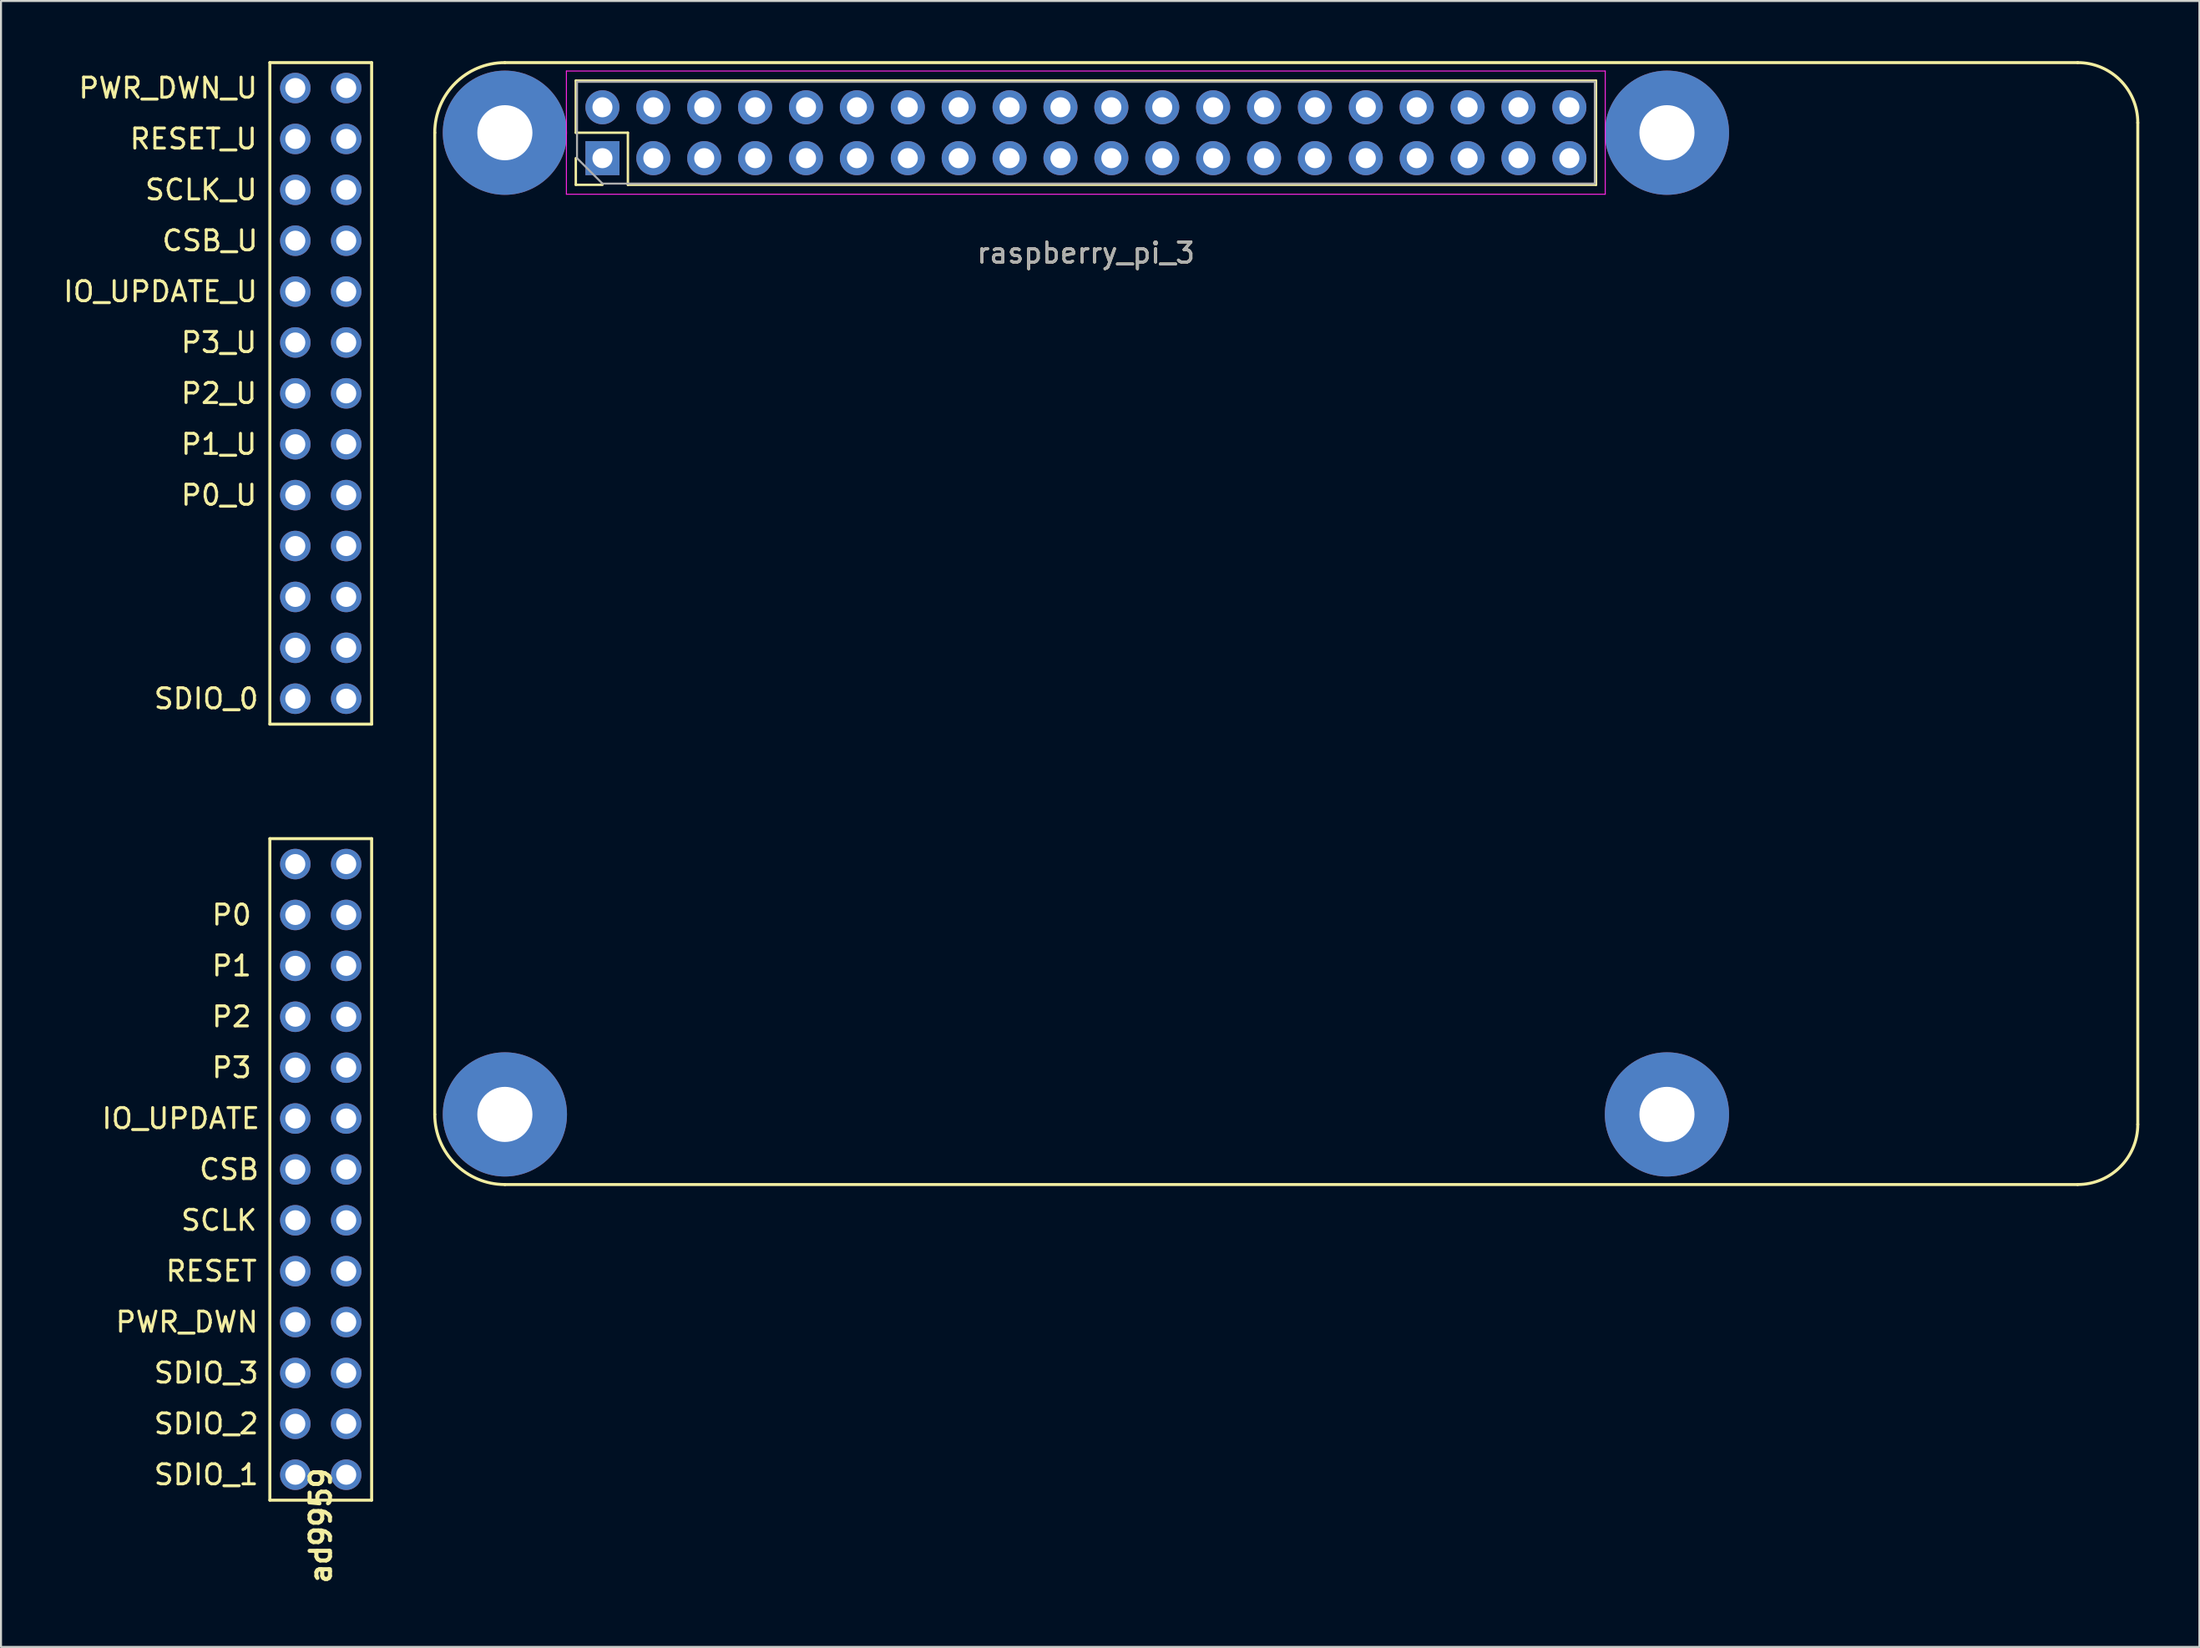
<source format=kicad_pcb>
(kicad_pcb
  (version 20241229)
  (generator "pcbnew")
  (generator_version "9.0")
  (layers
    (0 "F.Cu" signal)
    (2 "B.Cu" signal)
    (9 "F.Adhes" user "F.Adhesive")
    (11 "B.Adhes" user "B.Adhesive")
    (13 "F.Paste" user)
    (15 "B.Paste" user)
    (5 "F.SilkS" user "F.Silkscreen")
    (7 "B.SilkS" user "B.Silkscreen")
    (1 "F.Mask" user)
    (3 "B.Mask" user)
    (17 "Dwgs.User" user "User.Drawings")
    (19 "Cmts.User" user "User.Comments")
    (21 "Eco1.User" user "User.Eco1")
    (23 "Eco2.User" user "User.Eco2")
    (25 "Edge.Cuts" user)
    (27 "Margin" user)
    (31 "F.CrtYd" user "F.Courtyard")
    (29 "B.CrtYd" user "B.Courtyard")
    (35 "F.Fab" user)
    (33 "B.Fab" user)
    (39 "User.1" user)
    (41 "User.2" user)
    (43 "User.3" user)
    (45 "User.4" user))
  (footprint "ad9959"
    (layer "F.Cu")
    (at 12.959 38.81)
    (property "Reference" "ad9959" (at 0 34.29 270) (layer "F.SilkS") (effects (font (size 1.016 1.016) (thickness 0.203))))
    (attr through_hole)
    (fp_line (start -2.54 -5.715) (end -2.54 -38.735) (stroke (width 0.15) (type solid)) (layer "F.SilkS"))
    (fp_line (start -2.54 33.02) (end -2.54 0) (stroke (width 0.15) (type solid)) (layer "F.SilkS"))
    (fp_line (start 2.54 -38.735) (end -2.54 -38.735) (stroke (width 0.15) (type solid)) (layer "F.SilkS"))
    (fp_line (start 2.54 -5.715) (end -2.54 -5.715) (stroke (width 0.15) (type solid)) (layer "F.SilkS"))
    (fp_line (start 2.54 -5.715) (end 2.54 -38.735) (stroke (width 0.15) (type solid)) (layer "F.SilkS"))
    (fp_line (start 2.54 0) (end -2.54 0) (stroke (width 0.15) (type solid)) (layer "F.SilkS"))
    (fp_line (start 2.54 33.02) (end -2.54 33.02) (stroke (width 0.15) (type solid)) (layer "F.SilkS"))
    (fp_line (start 2.54 33.02) (end 2.54 0) (stroke (width 0.15) (type solid)) (layer "F.SilkS"))
    (fp_text user "SDIO_2" (at -5.715 29.21 0) (layer "F.SilkS") (effects (font (size 1 1) (thickness 0.15))))
    (fp_text user "SDIO_0" (at -5.715 -6.985 0) (layer "F.SilkS") (effects (font (size 1 1) (thickness 0.15))))
    (fp_text user "SDIO_1" (at -5.715 31.75 0) (layer "F.SilkS") (effects (font (size 1 1) (thickness 0.15))))
    (fp_text user "P3" (at -4.445 11.43 0) (layer "F.SilkS") (effects (font (size 1 1) (thickness 0.15))))
    (fp_text user "CSB" (at -4.572 16.51 0) (layer "F.SilkS") (effects (font (size 1 1) (thickness 0.15))))
    (fp_text user "P1" (at -4.445 6.35 0) (layer "F.SilkS") (effects (font (size 1 1) (thickness 0.15))))
    (fp_text user "P1_U" (at -5.08 -19.685 0) (layer "F.SilkS") (effects (font (size 1 1) (thickness 0.15))))
    (fp_text user "P2_U" (at -5.08 -22.225 0) (layer "F.SilkS") (effects (font (size 1 1) (thickness 0.15))))
    (fp_text user "P0" (at -4.445 3.81 0) (layer "F.SilkS") (effects (font (size 1 1) (thickness 0.15))))
    (fp_text user "CSB_U" (at -5.524 -29.845 0) (layer "F.SilkS") (effects (font (size 1 1) (thickness 0.15))))
    (fp_text user "SCLK_U" (at -5.969 -32.385 0) (layer "F.SilkS") (effects (font (size 1 1) (thickness 0.15))))
    (fp_text user "IO_UPDATE_U" (at -8.001 -27.305 0) (layer "F.SilkS") (effects (font (size 1 1) (thickness 0.15))))
    (fp_text user "PWR_DWN_U" (at -7.62 -37.465 0) (layer "F.SilkS") (effects (font (size 1 1) (thickness 0.15))))
    (fp_text user "SCLK" (at -5.08 19.05 0) (layer "F.SilkS") (effects (font (size 1 1) (thickness 0.15))))
    (fp_text user "RESET_U" (at -6.35 -34.925 0) (layer "F.SilkS") (effects (font (size 1 1) (thickness 0.15))))
    (fp_text user "SDIO_3" (at -5.715 26.67 0) (layer "F.SilkS") (effects (font (size 1 1) (thickness 0.15))))
    (fp_text user "P2" (at -4.445 8.89 0) (layer "F.SilkS") (effects (font (size 1 1) (thickness 0.15))))
    (fp_text user "PWR_DWN" (at -6.68 24.13 0) (layer "F.SilkS") (effects (font (size 1 1) (thickness 0.15))))
    (fp_text user "IO_UPDATE" (at -6.985 13.97 0) (layer "F.SilkS") (effects (font (size 1 1) (thickness 0.15))))
    (fp_text user "P3_U" (at -5.08 -24.765 0) (layer "F.SilkS") (effects (font (size 1 1) (thickness 0.15))))
    (fp_text user "P0_U" (at -5.08 -17.145 0) (layer "F.SilkS") (effects (font (size 1 1) (thickness 0.15))))
    (fp_text user "RESET" (at -5.461 21.59 0) (layer "F.SilkS") (effects (font (size 1 1) (thickness 0.15))))
    (pad "1" thru_hole circle (at -1.27 -37.465 270) (size 1.524 1.524) (drill 1) (layers "*.Cu" "*.Mask"))
    (pad "2" thru_hole circle (at -1.27 -34.925 270) (size 1.524 1.524) (drill 1) (layers "*.Cu" "*.Mask"))
    (pad "3" thru_hole circle (at -1.27 -32.385 270) (size 1.524 1.524) (drill 1) (layers "*.Cu" "*.Mask"))
    (pad "4" thru_hole circle (at -1.27 -29.845 270) (size 1.524 1.524) (drill 1) (layers "*.Cu" "*.Mask"))
    (pad "5" thru_hole circle (at -1.27 -27.305 270) (size 1.524 1.524) (drill 1) (layers "*.Cu" "*.Mask"))
    (pad "6" thru_hole circle (at -1.27 -24.765 270) (size 1.524 1.524) (drill 1) (layers "*.Cu" "*.Mask"))
    (pad "7" thru_hole circle (at -1.27 -22.225 270) (size 1.524 1.524) (drill 1) (layers "*.Cu" "*.Mask"))
    (pad "8" thru_hole circle (at -1.27 -19.685 270) (size 1.524 1.524) (drill 1) (layers "*.Cu" "*.Mask"))
    (pad "9" thru_hole circle (at -1.27 -17.145 270) (size 1.524 1.524) (drill 1) (layers "*.Cu" "*.Mask"))
    (pad "10" thru_hole circle (at -1.27 -14.605 270) (size 1.524 1.524) (drill 1) (layers "*.Cu" "*.Mask"))
    (pad "11" thru_hole circle (at -1.27 -12.065 270) (size 1.524 1.524) (drill 1) (layers "*.Cu" "*.Mask"))
    (pad "12" thru_hole circle (at -1.27 -9.525 270) (size 1.524 1.524) (drill 1) (layers "*.Cu" "*.Mask"))
    (pad "13" thru_hole circle (at -1.27 -6.985 270) (size 1.524 1.524) (drill 1) (layers "*.Cu" "*.Mask"))
    (pad "14" thru_hole circle (at -1.27 1.27 270) (size 1.524 1.524) (drill 1) (layers "*.Cu" "*.Mask"))
    (pad "15" thru_hole circle (at -1.27 3.81 270) (size 1.524 1.524) (drill 1) (layers "*.Cu" "*.Mask"))
    (pad "16" thru_hole circle (at -1.27 6.35 270) (size 1.524 1.524) (drill 1) (layers "*.Cu" "*.Mask"))
    (pad "17" thru_hole circle (at -1.27 8.89 270) (size 1.524 1.524) (drill 1) (layers "*.Cu" "*.Mask"))
    (pad "18" thru_hole circle (at -1.27 11.43 270) (size 1.524 1.524) (drill 1) (layers "*.Cu" "*.Mask"))
    (pad "19" thru_hole circle (at -1.27 13.97 270) (size 1.524 1.524) (drill 1) (layers "*.Cu" "*.Mask"))
    (pad "20" thru_hole circle (at -1.27 16.51 270) (size 1.524 1.524) (drill 1) (layers "*.Cu" "*.Mask"))
    (pad "21" thru_hole circle (at -1.27 19.05 270) (size 1.524 1.524) (drill 1) (layers "*.Cu" "*.Mask"))
    (pad "22" thru_hole circle (at -1.27 21.59 270) (size 1.524 1.524) (drill 1) (layers "*.Cu" "*.Mask"))
    (pad "23" thru_hole circle (at -1.27 24.13 270) (size 1.524 1.524) (drill 1) (layers "*.Cu" "*.Mask"))
    (pad "24" thru_hole circle (at -1.27 26.67 270) (size 1.524 1.524) (drill 1) (layers "*.Cu" "*.Mask"))
    (pad "25" thru_hole circle (at -1.27 29.21 270) (size 1.524 1.524) (drill 1) (layers "*.Cu" "*.Mask"))
    (pad "26" thru_hole circle (at -1.27 31.75 270) (size 1.524 1.524) (drill 1) (layers "*.Cu" "*.Mask"))
    (pad "27" thru_hole circle (at 1.27 -37.465 270) (size 1.524 1.524) (drill 1) (layers "*.Cu" "*.Mask"))
    (pad "28" thru_hole circle (at 1.27 -34.925 270) (size 1.524 1.524) (drill 1) (layers "*.Cu" "*.Mask"))
    (pad "29" thru_hole circle (at 1.27 -32.385 270) (size 1.524 1.524) (drill 1) (layers "*.Cu" "*.Mask"))
    (pad "30" thru_hole circle (at 1.27 -29.845 270) (size 1.524 1.524) (drill 1) (layers "*.Cu" "*.Mask"))
    (pad "31" thru_hole circle (at 1.27 -27.305 270) (size 1.524 1.524) (drill 1) (layers "*.Cu" "*.Mask"))
    (pad "32" thru_hole circle (at 1.27 -24.765 270) (size 1.524 1.524) (drill 1) (layers "*.Cu" "*.Mask"))
    (pad "33" thru_hole circle (at 1.27 -22.225 270) (size 1.524 1.524) (drill 1) (layers "*.Cu" "*.Mask"))
    (pad "34" thru_hole circle (at 1.27 -19.685 270) (size 1.524 1.524) (drill 1) (layers "*.Cu" "*.Mask"))
    (pad "35" thru_hole circle (at 1.27 -17.145 270) (size 1.524 1.524) (drill 1) (layers "*.Cu" "*.Mask"))
    (pad "36" thru_hole circle (at 1.27 -14.605 270) (size 1.524 1.524) (drill 1) (layers "*.Cu" "*.Mask"))
    (pad "37" thru_hole circle (at 1.27 -12.065 270) (size 1.524 1.524) (drill 1) (layers "*.Cu" "*.Mask"))
    (pad "38" thru_hole circle (at 1.27 -9.525 270) (size 1.524 1.524) (drill 1) (layers "*.Cu" "*.Mask"))
    (pad "39" thru_hole circle (at 1.27 -6.985 270) (size 1.524 1.524) (drill 1) (layers "*.Cu" "*.Mask"))
    (pad "40" thru_hole circle (at 1.27 1.27 270) (size 1.524 1.524) (drill 1) (layers "*.Cu" "*.Mask"))
    (pad "41" thru_hole circle (at 1.27 3.81 270) (size 1.524 1.524) (drill 1) (layers "*.Cu" "*.Mask"))
    (pad "42" thru_hole circle (at 1.27 6.35 270) (size 1.524 1.524) (drill 1) (layers "*.Cu" "*.Mask"))
    (pad "43" thru_hole circle (at 1.27 8.89 270) (size 1.524 1.524) (drill 1) (layers "*.Cu" "*.Mask"))
    (pad "44" thru_hole circle (at 1.27 11.43 270) (size 1.524 1.524) (drill 1) (layers "*.Cu" "*.Mask"))
    (pad "45" thru_hole circle (at 1.27 13.97 270) (size 1.524 1.524) (drill 1) (layers "*.Cu" "*.Mask"))
    (pad "46" thru_hole circle (at 1.27 16.51 270) (size 1.524 1.524) (drill 1) (layers "*.Cu" "*.Mask"))
    (pad "47" thru_hole circle (at 1.27 19.05 270) (size 1.524 1.524) (drill 1) (layers "*.Cu" "*.Mask"))
    (pad "48" thru_hole circle (at 1.27 21.59 270) (size 1.524 1.524) (drill 1) (layers "*.Cu" "*.Mask"))
    (pad "49" thru_hole circle (at 1.27 24.13 270) (size 1.524 1.524) (drill 1) (layers "*.Cu" "*.Mask"))
    (pad "50" thru_hole circle (at 1.27 26.67 270) (size 1.524 1.524) (drill 1) (layers "*.Cu" "*.Mask"))
    (pad "51" thru_hole circle (at 1.27 29.21 270) (size 1.524 1.524) (drill 1) (layers "*.Cu" "*.Mask"))
    (pad "52" thru_hole circle (at 1.27 31.75 270) (size 1.524 1.524) (drill 1) (layers "*.Cu" "*.Mask")))
  (footprint "raspberry_pi_3"
    (layer "F.Cu")
    (at 51.149 3.575)
    (property "Reference" "raspberry_pi_3" (at 0 6 180) (layer "F.SilkS") (effects (font (size 1 1) (thickness 0.15))))
    (attr through_hole)
    (fp_line (start -32.5 49) (end -32.5 0) (stroke (width 0.15) (type solid)) (layer "F.SilkS"))
    (fp_line (start -25.46 -2.6) (end 25.46 -2.6) (stroke (width 0.12) (type solid)) (layer "F.SilkS"))
    (fp_line (start -25.46 0) (end -25.46 -2.6) (stroke (width 0.12) (type solid)) (layer "F.SilkS"))
    (fp_line (start -25.46 2.6) (end -25.46 1.27) (stroke (width 0.12) (type solid)) (layer "F.SilkS"))
    (fp_line (start -24.13 2.6) (end -25.46 2.6) (stroke (width 0.12) (type solid)) (layer "F.SilkS"))
    (fp_line (start -22.86 0) (end -25.46 0) (stroke (width 0.12) (type solid)) (layer "F.SilkS"))
    (fp_line (start -22.86 2.6) (end -22.86 0) (stroke (width 0.12) (type solid)) (layer "F.SilkS"))
    (fp_line (start -22.86 2.6) (end 25.46 2.6) (stroke (width 0.12) (type solid)) (layer "F.SilkS"))
    (fp_line (start 25.46 2.6) (end 25.46 -2.6) (stroke (width 0.12) (type solid)) (layer "F.SilkS"))
    (fp_line (start 49.5 -3.5) (end -29 -3.5) (stroke (width 0.15) (type solid)) (layer "F.SilkS"))
    (fp_line (start 49.5 52.5) (end -29 52.5) (stroke (width 0.15) (type solid)) (layer "F.SilkS"))
    (fp_line (start 52.5 49.5) (end 52.5 -0.5) (stroke (width 0.15) (type solid)) (layer "F.SilkS"))
    (fp_arc (start -32.5 0) (mid -31.474874 -2.474874) (end -29 -3.5) (stroke (width 0.15) (type solid)) (layer "F.SilkS"))
    (fp_arc (start -29 52.5) (mid -31.474874 51.474874) (end -32.5 49) (stroke (width 0.15) (type solid)) (layer "F.SilkS"))
    (fp_arc (start 49.5 -3.5) (mid 51.62132 -2.62132) (end 52.5 -0.5) (stroke (width 0.15) (type solid)) (layer "F.SilkS"))
    (fp_arc (start 52.5 49.5) (mid 51.62132 51.62132) (end 49.5 52.5) (stroke (width 0.15) (type solid)) (layer "F.SilkS"))
    (fp_line (start -25.93 -3.08) (end -25.93 3.07) (stroke (width 0.05) (type solid)) (layer "F.CrtYd"))
    (fp_line (start -25.93 3.07) (end 25.92 3.07) (stroke (width 0.05) (type solid)) (layer "F.CrtYd"))
    (fp_line (start 25.92 -3.08) (end -25.93 -3.08) (stroke (width 0.05) (type solid)) (layer "F.CrtYd"))
    (fp_line (start 25.92 3.07) (end 25.92 -3.08) (stroke (width 0.05) (type solid)) (layer "F.CrtYd"))
    (fp_line (start -25.4 -2.54) (end 25.4 -2.54) (stroke (width 0.1) (type solid)) (layer "F.Fab"))
    (fp_line (start -25.4 1.27) (end -25.4 -2.54) (stroke (width 0.1) (type solid)) (layer "F.Fab"))
    (fp_line (start -24.13 2.54) (end -25.4 1.27) (stroke (width 0.1) (type solid)) (layer "F.Fab"))
    (fp_line (start 25.4 -2.54) (end 25.4 2.54) (stroke (width 0.1) (type solid)) (layer "F.Fab"))
    (fp_line (start 25.4 2.54) (end -24.13 2.54) (stroke (width 0.1) (type solid)) (layer "F.Fab"))
    (fp_text user "${REFERENCE}" (at 0 6 180) (layer "F.Fab") (effects (font (size 1 1) (thickness 0.15))))
    (pad "" np_thru_hole circle (at -29 0) (size 6.2 6.2) (drill 2.75) (layers "*.Cu" "*.Mask"))
    (pad "" np_thru_hole circle (at -29 49) (size 6.2 6.2) (drill 2.75) (layers "*.Cu" "*.Mask"))
    (pad "" np_thru_hole circle (at 29 0) (size 6.2 6.2) (drill 2.75) (layers "*.Cu" "*.Mask"))
    (pad "" np_thru_hole circle (at 29 49) (size 6.2 6.2) (drill 2.75) (layers "*.Cu" "*.Mask"))
    (pad "1" thru_hole rect (at -24.13 1.27 90) (size 1.7 1.7) (drill 1) (layers "*.Cu" "*.Mask"))
    (pad "2" thru_hole oval (at -24.13 -1.27 90) (size 1.7 1.7) (drill 1) (layers "*.Cu" "*.Mask"))
    (pad "3" thru_hole oval (at -21.59 1.27 90) (size 1.7 1.7) (drill 1) (layers "*.Cu" "*.Mask"))
    (pad "4" thru_hole oval (at -21.59 -1.27 90) (size 1.7 1.7) (drill 1) (layers "*.Cu" "*.Mask"))
    (pad "5" thru_hole oval (at -19.05 1.27 90) (size 1.7 1.7) (drill 1) (layers "*.Cu" "*.Mask"))
    (pad "6" thru_hole oval (at -19.05 -1.27 90) (size 1.7 1.7) (drill 1) (layers "*.Cu" "*.Mask"))
    (pad "7" thru_hole oval (at -16.51 1.27 90) (size 1.7 1.7) (drill 1) (layers "*.Cu" "*.Mask"))
    (pad "8" thru_hole oval (at -16.51 -1.27 90) (size 1.7 1.7) (drill 1) (layers "*.Cu" "*.Mask"))
    (pad "9" thru_hole oval (at -13.97 1.27 90) (size 1.7 1.7) (drill 1) (layers "*.Cu" "*.Mask"))
    (pad "10" thru_hole oval (at -13.97 -1.27 90) (size 1.7 1.7) (drill 1) (layers "*.Cu" "*.Mask"))
    (pad "11" thru_hole oval (at -11.43 1.27 90) (size 1.7 1.7) (drill 1) (layers "*.Cu" "*.Mask"))
    (pad "12" thru_hole oval (at -11.43 -1.27 90) (size 1.7 1.7) (drill 1) (layers "*.Cu" "*.Mask"))
    (pad "13" thru_hole oval (at -8.89 1.27 90) (size 1.7 1.7) (drill 1) (layers "*.Cu" "*.Mask"))
    (pad "14" thru_hole oval (at -8.89 -1.27 90) (size 1.7 1.7) (drill 1) (layers "*.Cu" "*.Mask"))
    (pad "15" thru_hole oval (at -6.35 1.27 90) (size 1.7 1.7) (drill 1) (layers "*.Cu" "*.Mask"))
    (pad "16" thru_hole oval (at -6.35 -1.27 90) (size 1.7 1.7) (drill 1) (layers "*.Cu" "*.Mask"))
    (pad "17" thru_hole oval (at -3.81 1.27 90) (size 1.7 1.7) (drill 1) (layers "*.Cu" "*.Mask"))
    (pad "18" thru_hole oval (at -3.81 -1.27 90) (size 1.7 1.7) (drill 1) (layers "*.Cu" "*.Mask"))
    (pad "19" thru_hole oval (at -1.27 1.27 90) (size 1.7 1.7) (drill 1) (layers "*.Cu" "*.Mask"))
    (pad "20" thru_hole oval (at -1.27 -1.27 90) (size 1.7 1.7) (drill 1) (layers "*.Cu" "*.Mask"))
    (pad "21" thru_hole oval (at 1.27 1.27 90) (size 1.7 1.7) (drill 1) (layers "*.Cu" "*.Mask"))
    (pad "22" thru_hole oval (at 1.27 -1.27 90) (size 1.7 1.7) (drill 1) (layers "*.Cu" "*.Mask"))
    (pad "23" thru_hole oval (at 3.81 1.27 90) (size 1.7 1.7) (drill 1) (layers "*.Cu" "*.Mask"))
    (pad "24" thru_hole oval (at 3.81 -1.27 90) (size 1.7 1.7) (drill 1) (layers "*.Cu" "*.Mask"))
    (pad "25" thru_hole oval (at 6.35 1.27 90) (size 1.7 1.7) (drill 1) (layers "*.Cu" "*.Mask"))
    (pad "26" thru_hole oval (at 6.35 -1.27 90) (size 1.7 1.7) (drill 1) (layers "*.Cu" "*.Mask"))
    (pad "27" thru_hole oval (at 8.89 1.27 90) (size 1.7 1.7) (drill 1) (layers "*.Cu" "*.Mask"))
    (pad "28" thru_hole oval (at 8.89 -1.27 90) (size 1.7 1.7) (drill 1) (layers "*.Cu" "*.Mask"))
    (pad "29" thru_hole oval (at 11.43 1.27 90) (size 1.7 1.7) (drill 1) (layers "*.Cu" "*.Mask"))
    (pad "30" thru_hole oval (at 11.43 -1.27 90) (size 1.7 1.7) (drill 1) (layers "*.Cu" "*.Mask"))
    (pad "31" thru_hole oval (at 13.97 1.27 90) (size 1.7 1.7) (drill 1) (layers "*.Cu" "*.Mask"))
    (pad "32" thru_hole oval (at 13.97 -1.27 90) (size 1.7 1.7) (drill 1) (layers "*.Cu" "*.Mask"))
    (pad "33" thru_hole oval (at 16.51 1.27 90) (size 1.7 1.7) (drill 1) (layers "*.Cu" "*.Mask"))
    (pad "34" thru_hole oval (at 16.51 -1.27 90) (size 1.7 1.7) (drill 1) (layers "*.Cu" "*.Mask"))
    (pad "35" thru_hole oval (at 19.05 1.27 90) (size 1.7 1.7) (drill 1) (layers "*.Cu" "*.Mask"))
    (pad "36" thru_hole oval (at 19.05 -1.27 90) (size 1.7 1.7) (drill 1) (layers "*.Cu" "*.Mask"))
    (pad "37" thru_hole oval (at 21.59 1.27 90) (size 1.7 1.7) (drill 1) (layers "*.Cu" "*.Mask"))
    (pad "38" thru_hole oval (at 21.59 -1.27 90) (size 1.7 1.7) (drill 1) (layers "*.Cu" "*.Mask"))
    (pad "39" thru_hole oval (at 24.13 1.27 90) (size 1.7 1.7) (drill 1) (layers "*.Cu" "*.Mask"))
    (pad "40" thru_hole oval (at 24.13 -1.27 90) (size 1.7 1.7) (drill 1) (layers "*.Cu" "*.Mask")))
  (gr_rect
    (start -3 -3)
    (end 106.724 79.158)
    (stroke (width 0.1) (type default))
    (fill no)
    (layer "Edge.Cuts")))
</source>
